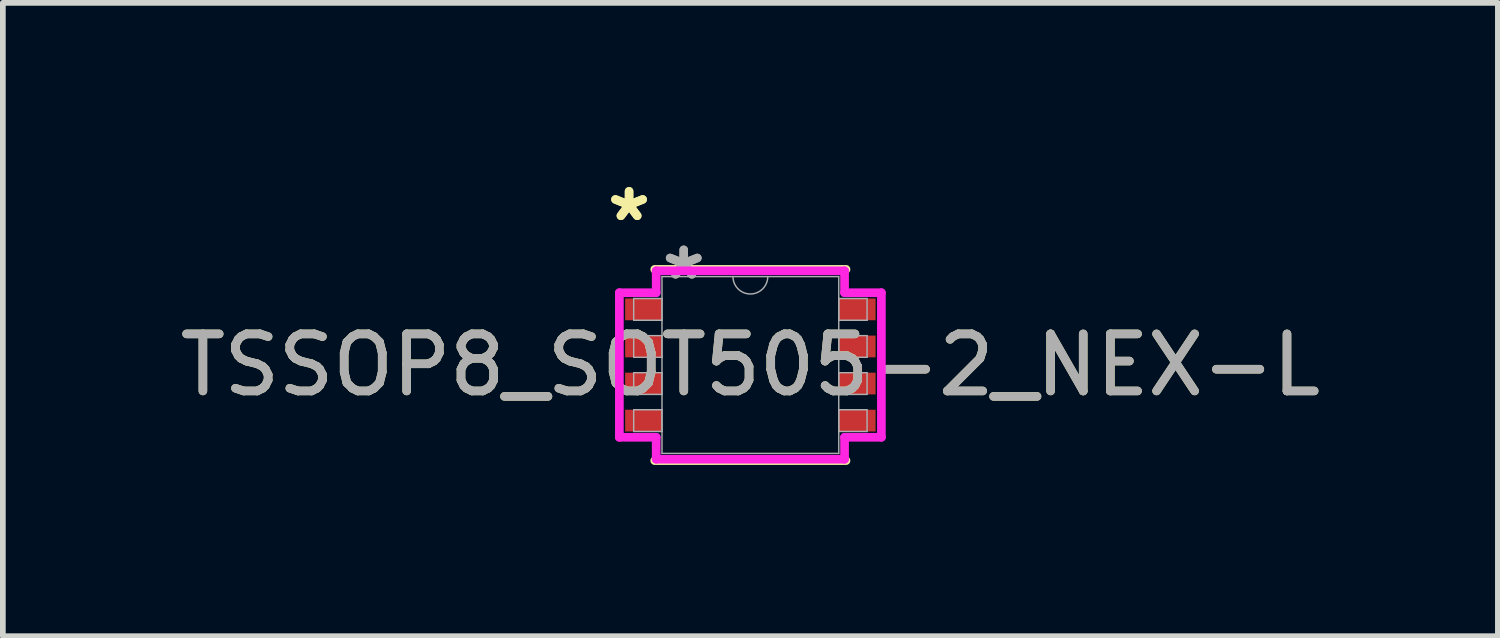
<source format=kicad_pcb>
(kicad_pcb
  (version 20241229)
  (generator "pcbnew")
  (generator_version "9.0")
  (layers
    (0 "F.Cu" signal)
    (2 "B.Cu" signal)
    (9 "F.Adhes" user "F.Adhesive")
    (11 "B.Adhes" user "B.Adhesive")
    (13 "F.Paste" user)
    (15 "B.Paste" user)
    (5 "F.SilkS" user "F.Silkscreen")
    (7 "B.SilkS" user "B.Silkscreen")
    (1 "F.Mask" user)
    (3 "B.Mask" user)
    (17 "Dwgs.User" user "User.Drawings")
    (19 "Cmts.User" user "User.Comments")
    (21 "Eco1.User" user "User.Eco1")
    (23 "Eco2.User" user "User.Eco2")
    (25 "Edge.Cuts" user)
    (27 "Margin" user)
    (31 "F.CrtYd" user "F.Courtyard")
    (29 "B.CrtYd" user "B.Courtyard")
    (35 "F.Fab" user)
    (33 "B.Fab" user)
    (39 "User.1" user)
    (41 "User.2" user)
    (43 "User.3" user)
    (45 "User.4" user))
  (footprint "TSSOP8_SOT505-2_NEX-L"
    (layer "F.Cu")
    (at 10.101 3.347)
    (property "Reference" "TSSOP8_SOT505-2_NEX-L" (at 0 0 0) (unlocked yes) (layer "F.SilkS") (effects (font (size 1 1) (thickness 0.15))))
    (attr smd)
    (fp_line (start -1.676 1.676) (end 1.676 1.676) (stroke (width 0.152) (type solid)) (layer "F.SilkS"))
    (fp_line (start 1.676 -1.676) (end -1.676 -1.676) (stroke (width 0.152) (type solid)) (layer "F.SilkS"))
    (fp_line (start -2.296 -1.267) (end -1.651 -1.267) (stroke (width 0.152) (type solid)) (layer "F.CrtYd"))
    (fp_line (start -2.296 1.267) (end -2.296 -1.267) (stroke (width 0.152) (type solid)) (layer "F.CrtYd"))
    (fp_line (start -2.296 1.267) (end -1.651 1.267) (stroke (width 0.152) (type solid)) (layer "F.CrtYd"))
    (fp_line (start -1.651 -1.651) (end 1.651 -1.651) (stroke (width 0.152) (type solid)) (layer "F.CrtYd"))
    (fp_line (start -1.651 -1.267) (end -1.651 -1.651) (stroke (width 0.152) (type solid)) (layer "F.CrtYd"))
    (fp_line (start -1.651 1.651) (end -1.651 1.267) (stroke (width 0.152) (type solid)) (layer "F.CrtYd"))
    (fp_line (start 1.651 -1.651) (end 1.651 -1.267) (stroke (width 0.152) (type solid)) (layer "F.CrtYd"))
    (fp_line (start 1.651 1.267) (end 1.651 1.651) (stroke (width 0.152) (type solid)) (layer "F.CrtYd"))
    (fp_line (start 1.651 1.651) (end -1.651 1.651) (stroke (width 0.152) (type solid)) (layer "F.CrtYd"))
    (fp_line (start 2.296 -1.267) (end 1.651 -1.267) (stroke (width 0.152) (type solid)) (layer "F.CrtYd"))
    (fp_line (start 2.296 -1.267) (end 2.296 1.267) (stroke (width 0.152) (type solid)) (layer "F.CrtYd"))
    (fp_line (start 2.296 1.267) (end 1.651 1.267) (stroke (width 0.152) (type solid)) (layer "F.CrtYd"))
    (fp_line (start -2.045 -1.165) (end -2.045 -0.784) (stroke (width 0.025) (type solid)) (layer "F.Fab"))
    (fp_line (start -2.045 -0.784) (end -1.549 -0.784) (stroke (width 0.025) (type solid)) (layer "F.Fab"))
    (fp_line (start -2.045 -0.515) (end -2.045 -0.135) (stroke (width 0.025) (type solid)) (layer "F.Fab"))
    (fp_line (start -2.045 -0.135) (end -1.549 -0.135) (stroke (width 0.025) (type solid)) (layer "F.Fab"))
    (fp_line (start -2.045 0.135) (end -2.045 0.515) (stroke (width 0.025) (type solid)) (layer "F.Fab"))
    (fp_line (start -2.045 0.515) (end -1.549 0.515) (stroke (width 0.025) (type solid)) (layer "F.Fab"))
    (fp_line (start -2.045 0.784) (end -2.045 1.165) (stroke (width 0.025) (type solid)) (layer "F.Fab"))
    (fp_line (start -2.045 1.165) (end -1.549 1.165) (stroke (width 0.025) (type solid)) (layer "F.Fab"))
    (fp_line (start -1.549 -1.549) (end -1.549 1.549) (stroke (width 0.025) (type solid)) (layer "F.Fab"))
    (fp_line (start -1.549 -1.165) (end -2.045 -1.165) (stroke (width 0.025) (type solid)) (layer "F.Fab"))
    (fp_line (start -1.549 -0.784) (end -1.549 -1.165) (stroke (width 0.025) (type solid)) (layer "F.Fab"))
    (fp_line (start -1.549 -0.515) (end -2.045 -0.515) (stroke (width 0.025) (type solid)) (layer "F.Fab"))
    (fp_line (start -1.549 -0.135) (end -1.549 -0.515) (stroke (width 0.025) (type solid)) (layer "F.Fab"))
    (fp_line (start -1.549 0.135) (end -2.045 0.135) (stroke (width 0.025) (type solid)) (layer "F.Fab"))
    (fp_line (start -1.549 0.515) (end -1.549 0.135) (stroke (width 0.025) (type solid)) (layer "F.Fab"))
    (fp_line (start -1.549 0.784) (end -2.045 0.784) (stroke (width 0.025) (type solid)) (layer "F.Fab"))
    (fp_line (start -1.549 1.165) (end -1.549 0.784) (stroke (width 0.025) (type solid)) (layer "F.Fab"))
    (fp_line (start -1.549 1.549) (end 1.549 1.549) (stroke (width 0.025) (type solid)) (layer "F.Fab"))
    (fp_line (start 1.549 -1.549) (end -1.549 -1.549) (stroke (width 0.025) (type solid)) (layer "F.Fab"))
    (fp_line (start 1.549 -1.165) (end 1.549 -0.784) (stroke (width 0.025) (type solid)) (layer "F.Fab"))
    (fp_line (start 1.549 -0.784) (end 2.045 -0.784) (stroke (width 0.025) (type solid)) (layer "F.Fab"))
    (fp_line (start 1.549 -0.515) (end 1.549 -0.135) (stroke (width 0.025) (type solid)) (layer "F.Fab"))
    (fp_line (start 1.549 -0.135) (end 2.045 -0.135) (stroke (width 0.025) (type solid)) (layer "F.Fab"))
    (fp_line (start 1.549 0.135) (end 1.549 0.515) (stroke (width 0.025) (type solid)) (layer "F.Fab"))
    (fp_line (start 1.549 0.515) (end 2.045 0.515) (stroke (width 0.025) (type solid)) (layer "F.Fab"))
    (fp_line (start 1.549 0.784) (end 1.549 1.165) (stroke (width 0.025) (type solid)) (layer "F.Fab"))
    (fp_line (start 1.549 1.165) (end 2.045 1.165) (stroke (width 0.025) (type solid)) (layer "F.Fab"))
    (fp_line (start 1.549 1.549) (end 1.549 -1.549) (stroke (width 0.025) (type solid)) (layer "F.Fab"))
    (fp_line (start 2.045 -1.165) (end 1.549 -1.165) (stroke (width 0.025) (type solid)) (layer "F.Fab"))
    (fp_line (start 2.045 -0.784) (end 2.045 -1.165) (stroke (width 0.025) (type solid)) (layer "F.Fab"))
    (fp_line (start 2.045 -0.515) (end 1.549 -0.515) (stroke (width 0.025) (type solid)) (layer "F.Fab"))
    (fp_line (start 2.045 -0.135) (end 2.045 -0.515) (stroke (width 0.025) (type solid)) (layer "F.Fab"))
    (fp_line (start 2.045 0.135) (end 1.549 0.135) (stroke (width 0.025) (type solid)) (layer "F.Fab"))
    (fp_line (start 2.045 0.515) (end 2.045 0.135) (stroke (width 0.025) (type solid)) (layer "F.Fab"))
    (fp_line (start 2.045 0.784) (end 1.549 0.784) (stroke (width 0.025) (type solid)) (layer "F.Fab"))
    (fp_line (start 2.045 1.165) (end 2.045 0.784) (stroke (width 0.025) (type solid)) (layer "F.Fab"))
    (fp_arc (start 0.3048 -1.5494) (mid 0 -1.2446) (end -0.3048 -1.5494) (stroke (width 0.0254) (type solid)) (layer "F.Fab"))
    (fp_text user "*" (at -2.126 -2.499 0) (layer "F.SilkS") (effects (font (size 1 1) (thickness 0.15))))
    (fp_text user "*" (at -2.126 -2.499 0) (unlocked yes) (layer "F.SilkS") (effects (font (size 1 1) (thickness 0.15))))
    (fp_text user "${REFERENCE}" (at 0 0 0) (unlocked yes) (layer "F.Fab") (effects (font (size 1 1) (thickness 0.15))))
    (fp_text user "*" (at -1.168 -1.473 0) (layer "F.Fab") (effects (font (size 1 1) (thickness 0.15))))
    (fp_text user "*" (at -1.168 -1.473 0) (unlocked yes) (layer "F.Fab") (effects (font (size 1 1) (thickness 0.15))))
    (pad "1" smd rect (at -1.872 -0.975) (size 0.645 0.381) (layers "F.Cu" "F.Mask" "F.Paste"))
    (pad "2" smd rect (at -1.872 -0.325) (size 0.645 0.381) (layers "F.Cu" "F.Mask" "F.Paste"))
    (pad "3" smd rect (at -1.872 0.325) (size 0.645 0.381) (layers "F.Cu" "F.Mask" "F.Paste"))
    (pad "4" smd rect (at -1.872 0.975) (size 0.645 0.381) (layers "F.Cu" "F.Mask" "F.Paste"))
    (pad "5" smd rect (at 1.872 0.975) (size 0.645 0.381) (layers "F.Cu" "F.Mask" "F.Paste"))
    (pad "6" smd rect (at 1.872 0.325) (size 0.645 0.381) (layers "F.Cu" "F.Mask" "F.Paste"))
    (pad "7" smd rect (at 1.872 -0.325) (size 0.645 0.381) (layers "F.Cu" "F.Mask" "F.Paste"))
    (pad "8" smd rect (at 1.872 -0.975) (size 0.645 0.381) (layers "F.Cu" "F.Mask" "F.Paste")))
  (gr_rect
    (start -3 -3)
    (end 23.202 8.1)
    (stroke (width 0.1) (type default))
    (fill no)
    (layer "Edge.Cuts")))
</source>
